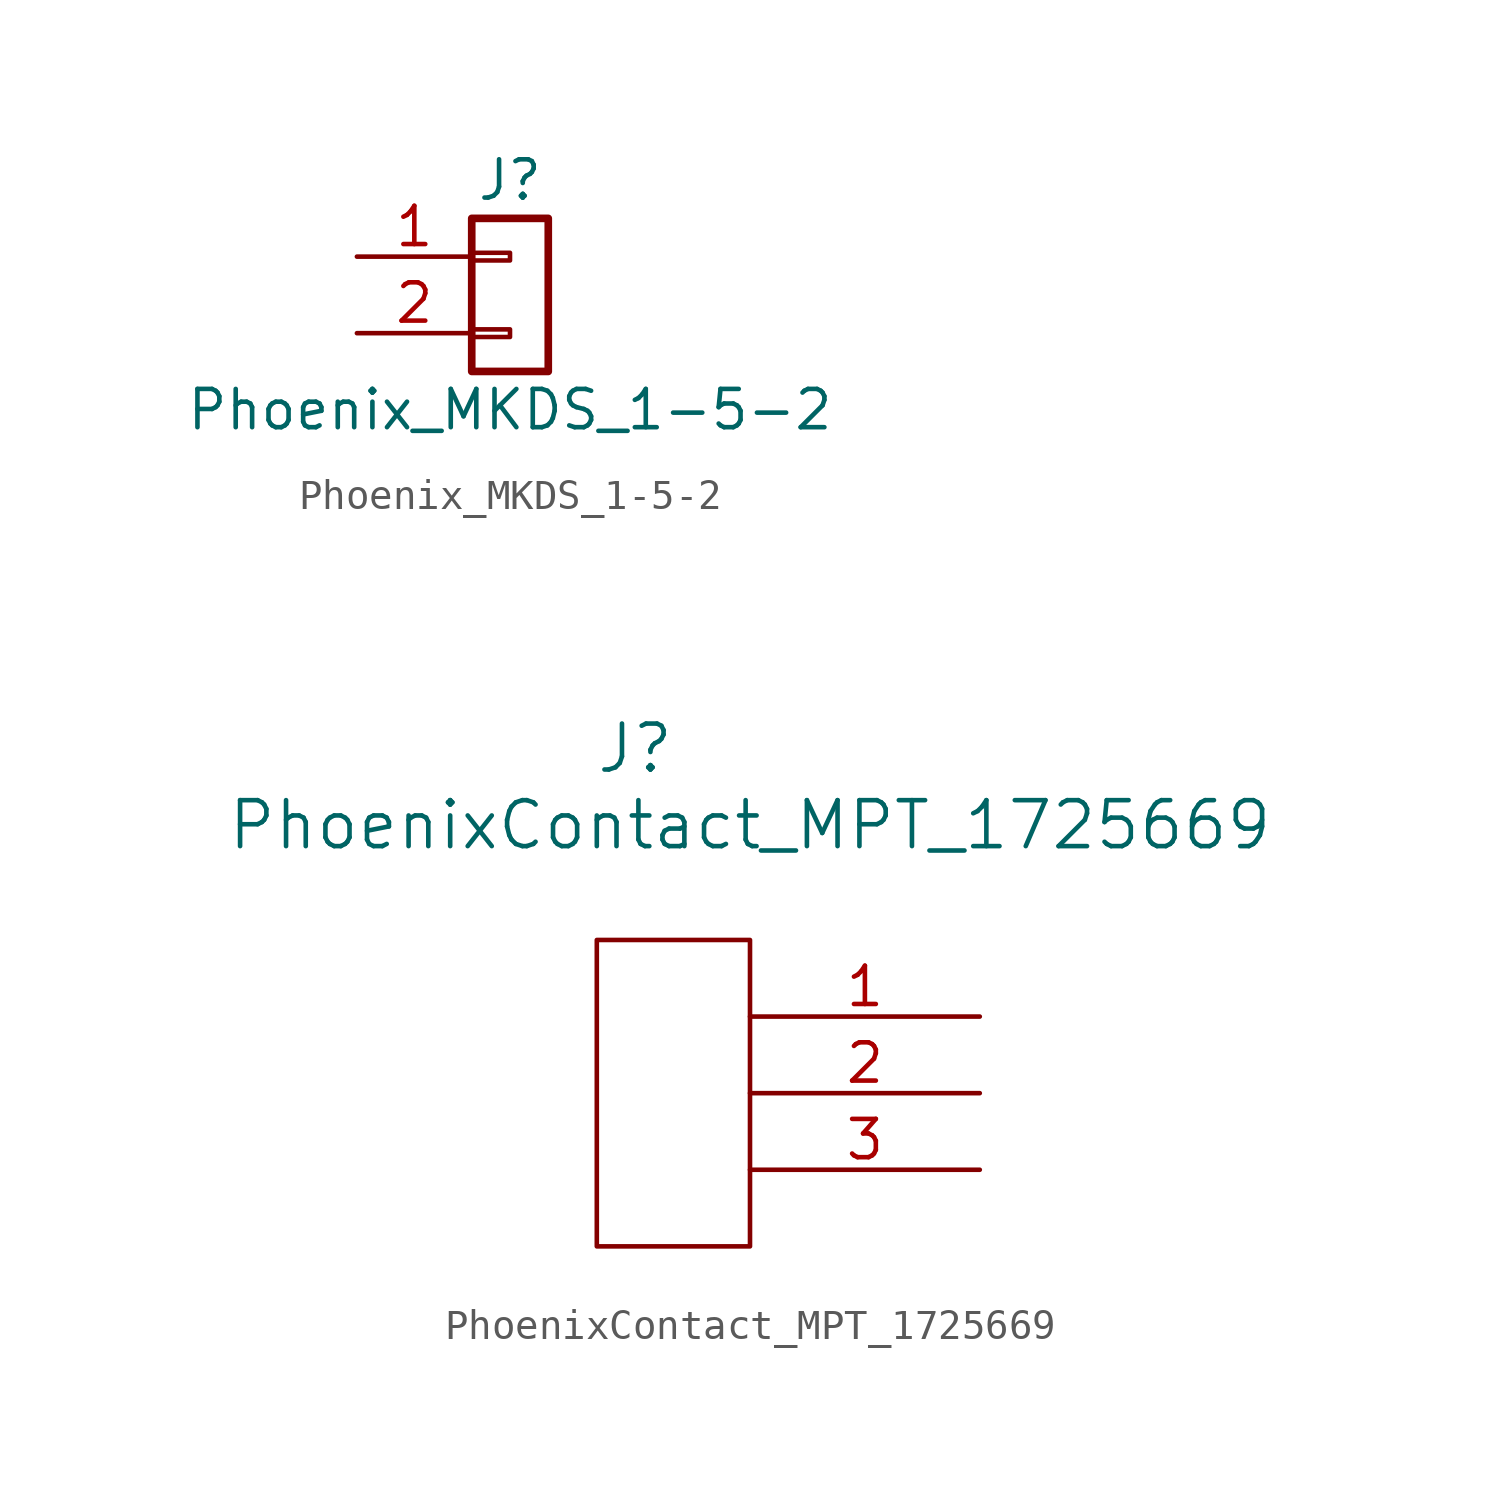
<source format=kicad_sym>
(kicad_symbol_lib
  (version 20220914)
  (generator kicad_symbol_editor)
  (symbol "Phoenix_MKDS_1-5-2"
    (pin_names
      (offset 1.016) hide)
    (property "Reference" "J"
      (at 0 2.54 0)
      (effects (font (size 1.27 1.27))))
    (property "Value" "Phoenix_MKDS_1-5-2"
      (at 0 -5.08 0)
      (effects (font (size 1.27 1.27))))
    (symbol "Phoenix_MKDS_1-5-2_1_1"
      (rectangle (start -1.27 -2.413) (end 0 -2.667) (stroke (width 0.152) (type default)) (fill (type none)))
      (rectangle (start -1.27 0.127) (end 0 -0.127) (stroke (width 0.152) (type default)) (fill (type none)))
      (rectangle (start -1.27 1.27) (end 1.27 -3.81) (stroke (width 0.254) (type default)) (fill (type none)))
      (pin passive line (at -5.08 0 0) (length 3.81) (name "Pin_1" (effects (font (size 1.27 1.27)))) (number "1" (effects (font (size 1.27 1.27)))))
      (pin passive line (at -5.08 -2.54 0) (length 3.81) (name "Pin_2" (effects (font (size 1.27 1.27)))) (number "2" (effects (font (size 1.27 1.27)))))))
  (symbol "PhoenixContact_MPT_1725669"
    (pin_names
      (offset 1.016) hide)
    (property "Reference" "J"
      (at -11.43 8.89 0)
      (effects (font (size 1.524 1.524))))
    (property "Value" "PhoenixContact_MPT_1725669"
      (at -7.62 6.35 0)
      (effects (font (size 1.524 1.524))))
    (property "Datasheet" ""
      (at 0 0 0)
      (effects (font (size 1.524 1.524))))
    (symbol "PhoenixContact_MPT_1725669_0_1"
      (rectangle (start -7.62 2.54) (end -12.7 -7.62) (stroke (width 0) (type default)) (fill (type none))))
    (symbol "PhoenixContact_MPT_1725669_1_1"
      (pin passive line (at 0 0 180) (length 7.62) (name "1" (effects (font (size 1.27 1.27)))) (number "1" (effects (font (size 1.27 1.27)))))
      (pin passive line (at 0 -2.54 180) (length 7.62) (name "2" (effects (font (size 1.27 1.27)))) (number "2" (effects (font (size 1.27 1.27)))))
      (pin passive line (at 0 -5.08 180) (length 7.62) (name "3" (effects (font (size 1.27 1.27)))) (number "3" (effects (font (size 1.27 1.27))))))))
</source>
